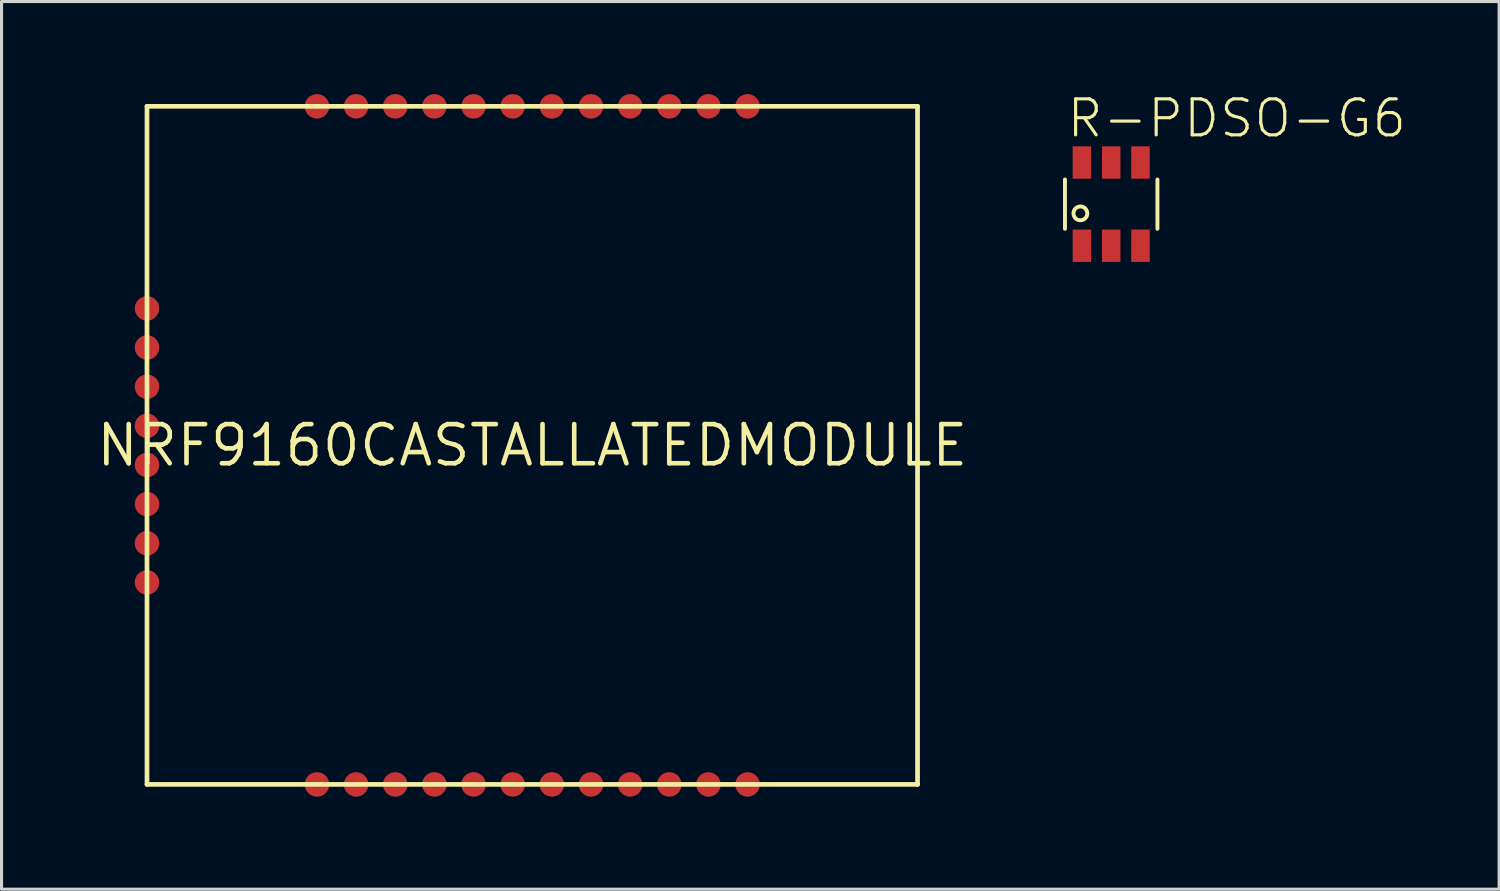
<source format=kicad_pcb>
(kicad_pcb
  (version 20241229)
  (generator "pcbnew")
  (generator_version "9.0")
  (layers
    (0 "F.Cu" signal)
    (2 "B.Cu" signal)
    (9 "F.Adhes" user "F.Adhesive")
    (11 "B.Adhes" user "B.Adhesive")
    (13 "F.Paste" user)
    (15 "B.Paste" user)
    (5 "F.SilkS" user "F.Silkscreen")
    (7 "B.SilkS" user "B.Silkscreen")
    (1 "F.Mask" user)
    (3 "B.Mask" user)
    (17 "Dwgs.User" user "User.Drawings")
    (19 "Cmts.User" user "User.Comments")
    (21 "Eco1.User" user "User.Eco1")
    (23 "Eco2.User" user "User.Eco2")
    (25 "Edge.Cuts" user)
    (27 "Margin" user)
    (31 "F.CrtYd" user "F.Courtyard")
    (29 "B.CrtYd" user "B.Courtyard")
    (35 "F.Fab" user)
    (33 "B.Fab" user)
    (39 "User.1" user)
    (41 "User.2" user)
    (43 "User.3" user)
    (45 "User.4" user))
  (footprint "NRF9160CASTALLATEDMODULE"
    (layer "F.Cu")
    (at 14.219 11.4)
    (property "Reference" "NRF9160CASTALLATEDMODULE" (at 0 0 0) (layer "F.SilkS") (effects (font (size 1.27 1.27) (thickness 0.15))))
    (fp_line (start -12.5 -11) (end -12.5 11) (stroke (width 0.152) (type solid)) (layer "F.SilkS"))
    (fp_line (start -12.5 11) (end 12.5 11) (stroke (width 0.152) (type solid)) (layer "F.SilkS"))
    (fp_line (start 12.5 -11) (end -12.5 -11) (stroke (width 0.152) (type solid)) (layer "F.SilkS"))
    (fp_line (start 12.5 11) (end 12.5 -11) (stroke (width 0.152) (type solid)) (layer "F.SilkS"))
    (pad "1" smd roundrect (at -12.5 -4.445) (size 0.8 0.8) (layers "F.Cu" "F.Mask" "F.Paste") (roundrect_rratio 0.5))
    (pad "2" smd roundrect (at -12.5 -3.175) (size 0.8 0.8) (layers "F.Cu" "F.Mask" "F.Paste") (roundrect_rratio 0.5))
    (pad "3" smd roundrect (at -12.5 -1.905) (size 0.8 0.8) (layers "F.Cu" "F.Mask" "F.Paste") (roundrect_rratio 0.5))
    (pad "4" smd roundrect (at -12.5 -0.635) (size 0.8 0.8) (layers "F.Cu" "F.Mask" "F.Paste") (roundrect_rratio 0.5))
    (pad "5" smd roundrect (at -12.5 0.635) (size 0.8 0.8) (layers "F.Cu" "F.Mask" "F.Paste") (roundrect_rratio 0.5))
    (pad "6" smd roundrect (at -12.5 1.905) (size 0.8 0.8) (layers "F.Cu" "F.Mask" "F.Paste") (roundrect_rratio 0.5))
    (pad "7" smd roundrect (at -12.5 3.175) (size 0.8 0.8) (layers "F.Cu" "F.Mask" "F.Paste") (roundrect_rratio 0.5))
    (pad "8" smd roundrect (at -12.5 4.445) (size 0.8 0.8) (layers "F.Cu" "F.Mask" "F.Paste") (roundrect_rratio 0.5))
    (pad "9" smd roundrect (at -6.985 11) (size 0.8 0.8) (layers "F.Cu" "F.Mask" "F.Paste") (roundrect_rratio 0.5))
    (pad "10" smd roundrect (at -5.715 11) (size 0.8 0.8) (layers "F.Cu" "F.Mask" "F.Paste") (roundrect_rratio 0.5))
    (pad "11" smd roundrect (at -4.445 11) (size 0.8 0.8) (layers "F.Cu" "F.Mask" "F.Paste") (roundrect_rratio 0.5))
    (pad "12" smd roundrect (at -3.175 11) (size 0.8 0.8) (layers "F.Cu" "F.Mask" "F.Paste") (roundrect_rratio 0.5))
    (pad "13" smd roundrect (at -1.905 11) (size 0.8 0.8) (layers "F.Cu" "F.Mask" "F.Paste") (roundrect_rratio 0.5))
    (pad "14" smd roundrect (at -0.635 11) (size 0.8 0.8) (layers "F.Cu" "F.Mask" "F.Paste") (roundrect_rratio 0.5))
    (pad "15" smd roundrect (at 0.635 11) (size 0.8 0.8) (layers "F.Cu" "F.Mask" "F.Paste") (roundrect_rratio 0.5))
    (pad "16" smd roundrect (at 1.905 11) (size 0.8 0.8) (layers "F.Cu" "F.Mask" "F.Paste") (roundrect_rratio 0.5))
    (pad "17" smd roundrect (at 3.175 11) (size 0.8 0.8) (layers "F.Cu" "F.Mask" "F.Paste") (roundrect_rratio 0.5))
    (pad "18" smd roundrect (at 4.445 11) (size 0.8 0.8) (layers "F.Cu" "F.Mask" "F.Paste") (roundrect_rratio 0.5))
    (pad "19" smd roundrect (at 5.715 11) (size 0.8 0.8) (layers "F.Cu" "F.Mask" "F.Paste") (roundrect_rratio 0.5))
    (pad "20" smd roundrect (at 6.985 11) (size 0.8 0.8) (layers "F.Cu" "F.Mask" "F.Paste") (roundrect_rratio 0.5))
    (pad "21" smd roundrect (at -6.985 -11) (size 0.8 0.8) (layers "F.Cu" "F.Mask" "F.Paste") (roundrect_rratio 0.5))
    (pad "22" smd roundrect (at -5.715 -11) (size 0.8 0.8) (layers "F.Cu" "F.Mask" "F.Paste") (roundrect_rratio 0.5))
    (pad "23" smd roundrect (at -4.445 -11) (size 0.8 0.8) (layers "F.Cu" "F.Mask" "F.Paste") (roundrect_rratio 0.5))
    (pad "24" smd roundrect (at -3.175 -11) (size 0.8 0.8) (layers "F.Cu" "F.Mask" "F.Paste") (roundrect_rratio 0.5))
    (pad "25" smd roundrect (at -1.905 -11) (size 0.8 0.8) (layers "F.Cu" "F.Mask" "F.Paste") (roundrect_rratio 0.5))
    (pad "26" smd roundrect (at -0.635 -11) (size 0.8 0.8) (layers "F.Cu" "F.Mask" "F.Paste") (roundrect_rratio 0.5))
    (pad "27" smd roundrect (at 0.635 -11) (size 0.8 0.8) (layers "F.Cu" "F.Mask" "F.Paste") (roundrect_rratio 0.5))
    (pad "28" smd roundrect (at 1.905 -11) (size 0.8 0.8) (layers "F.Cu" "F.Mask" "F.Paste") (roundrect_rratio 0.5))
    (pad "29" smd roundrect (at 3.175 -11) (size 0.8 0.8) (layers "F.Cu" "F.Mask" "F.Paste") (roundrect_rratio 0.5))
    (pad "30" smd roundrect (at 4.445 -11) (size 0.8 0.8) (layers "F.Cu" "F.Mask" "F.Paste") (roundrect_rratio 0.5))
    (pad "31" smd roundrect (at 5.715 -11) (size 0.8 0.8) (layers "F.Cu" "F.Mask" "F.Paste") (roundrect_rratio 0.5))
    (pad "32" smd roundrect (at 6.985 -11) (size 0.8 0.8) (layers "F.Cu" "F.Mask" "F.Paste") (roundrect_rratio 0.5)))
  (footprint "R-PDSO-G6"
    (layer "F.Cu")
    (at 33.002 3.573)
    (property "Reference" "R-PDSO-G6" (at -1.5 -2.1 0) (layer "F.SilkS") (effects (font (size 1.168 1.168) (thickness 0.102)) (justify left bottom)))
    (fp_line (start -1.5 -0.8) (end -1.5 0.8) (stroke (width 0.127) (type solid)) (layer "F.SilkS"))
    (fp_line (start 1.5 -0.8) (end 1.5 0.8) (stroke (width 0.127) (type solid)) (layer "F.SilkS"))
    (fp_circle (center -1 0.3) (end -0.776 0.3) (stroke (width 0.127) (type solid)) (fill no) (layer "F.SilkS"))
    (pad "1" smd rect (at -0.95 1.35 90) (size 1.05 0.6) (layers "F.Cu" "F.Mask" "F.Paste"))
    (pad "2" smd rect (at 0 1.35 90) (size 1.05 0.6) (layers "F.Cu" "F.Mask" "F.Paste"))
    (pad "3" smd rect (at 0.95 1.35 90) (size 1.05 0.6) (layers "F.Cu" "F.Mask" "F.Paste"))
    (pad "4" smd rect (at 0.95 -1.35 90) (size 1.05 0.6) (layers "F.Cu" "F.Mask" "F.Paste"))
    (pad "5" smd rect (at 0 -1.35 90) (size 1.05 0.6) (layers "F.Cu" "F.Mask" "F.Paste"))
    (pad "6" smd rect (at -0.95 -1.35 90) (size 1.05 0.6) (layers "F.Cu" "F.Mask" "F.Paste")))
  (gr_rect
    (start -3 -3)
    (end 45.589 25.8)
    (stroke (width 0.1) (type default))
    (fill no)
    (layer "Edge.Cuts")))
</source>
